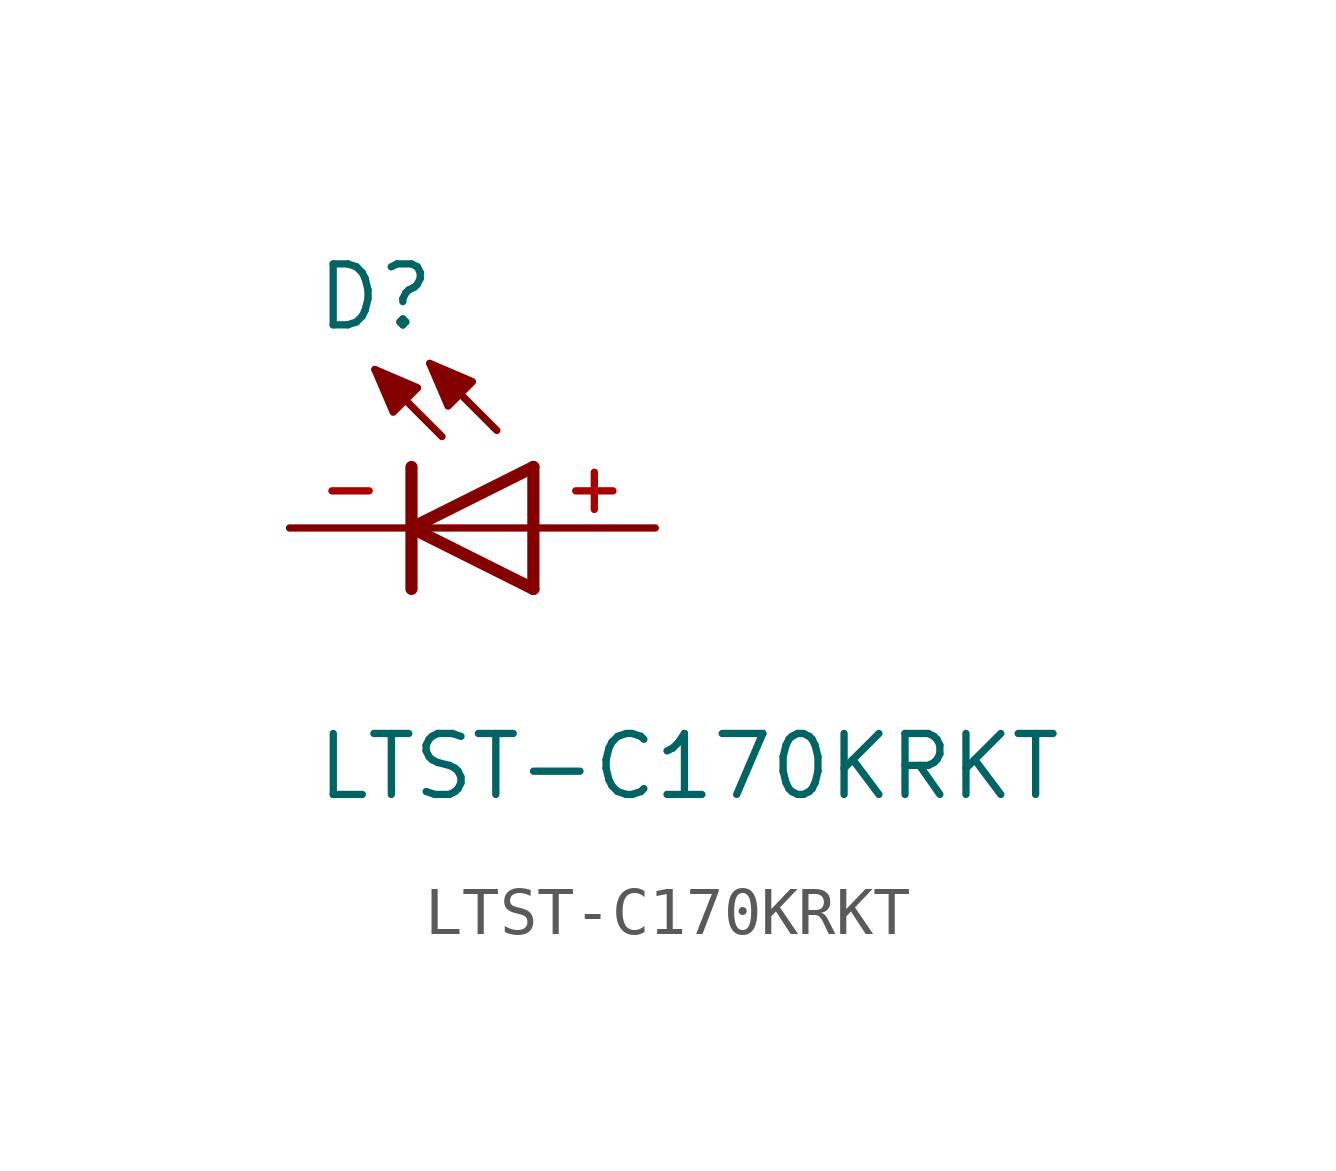
<source format=kicad_sym>
(kicad_symbol_lib
  (version 20211014)
  (generator kicad_symbol_editor)
  (symbol "LTST-C170KRKT"
    (pin_names
      (offset 1.016))
    (property "Reference" "D"
      (at -2.034 4.069 0)
      (effects (font (size 1.27 1.27)) (justify bottom left)))
    (property "Value" "LTST-C170KRKT"
      (at -2.032 -5.716 0)
      (effects (font (size 1.27 1.27)) (justify bottom left)))
    (symbol "LTST-C170KRKT_0_0"
      (polyline (pts (xy 2.54 -1.27) (xy 0.0 0.0)) (stroke (width 0.254)))
      (polyline (pts (xy 0.0 0.0) (xy 2.54 1.27)) (stroke (width 0.254)))
      (polyline (pts (xy 0.0 -1.27) (xy 0.0 0.0)) (stroke (width 0.254)))
      (polyline (pts (xy 0.0 0.0) (xy 0.0 1.27)) (stroke (width 0.254)))
      (polyline (pts (xy 2.54 -1.27) (xy 2.54 0.0)) (stroke (width 0.254)))
      (polyline (pts (xy 2.54 0.0) (xy 2.54 1.27)) (stroke (width 0.254)))
      (polyline (pts (xy 2.54 0.0) (xy 0.0 0.0)) (stroke (width 0.152)))
      (polyline (pts (xy 1.778 2.032) (xy 0.381 3.429)) (stroke (width 0.152)))
      (polyline (pts (xy 0.635 1.905) (xy -0.762 3.302)) (stroke (width 0.152)))
      (polyline (pts (xy 0.381 3.429) (xy 1.27 3.048) (xy 0.762 2.54) (xy 0.381 3.429)) (stroke (width 0.152)) (fill (type outline)))
      (polyline (pts (xy -0.762 3.302) (xy 0.127 2.921) (xy -0.381 2.413) (xy -0.762 3.302)) (stroke (width 0.152)) (fill (type outline)))
      (pin passive line (at -2.54 0.0 0) (length 2.54) (name "~" (effects (font (size 1.016 1.016)))) (number "-" (effects (font (size 1.016 1.016)))))
      (pin passive line (at 5.08 0.0 180.0) (length 2.54) (name "~" (effects (font (size 1.016 1.016)))) (number "+" (effects (font (size 1.016 1.016))))))))
</source>
